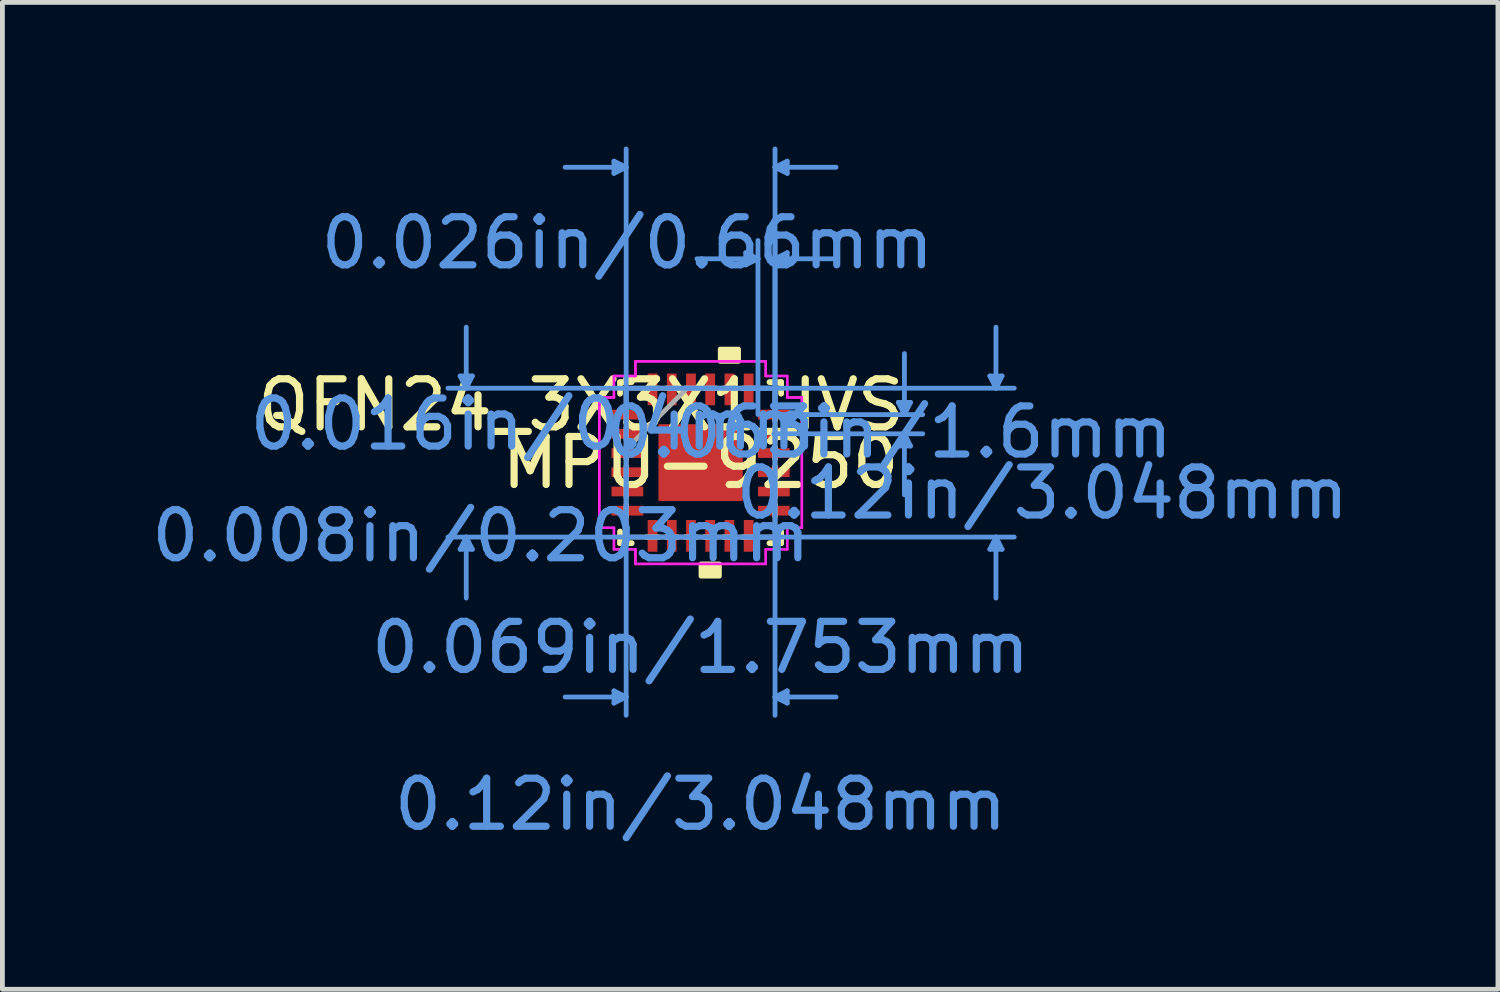
<source format=kicad_pcb>
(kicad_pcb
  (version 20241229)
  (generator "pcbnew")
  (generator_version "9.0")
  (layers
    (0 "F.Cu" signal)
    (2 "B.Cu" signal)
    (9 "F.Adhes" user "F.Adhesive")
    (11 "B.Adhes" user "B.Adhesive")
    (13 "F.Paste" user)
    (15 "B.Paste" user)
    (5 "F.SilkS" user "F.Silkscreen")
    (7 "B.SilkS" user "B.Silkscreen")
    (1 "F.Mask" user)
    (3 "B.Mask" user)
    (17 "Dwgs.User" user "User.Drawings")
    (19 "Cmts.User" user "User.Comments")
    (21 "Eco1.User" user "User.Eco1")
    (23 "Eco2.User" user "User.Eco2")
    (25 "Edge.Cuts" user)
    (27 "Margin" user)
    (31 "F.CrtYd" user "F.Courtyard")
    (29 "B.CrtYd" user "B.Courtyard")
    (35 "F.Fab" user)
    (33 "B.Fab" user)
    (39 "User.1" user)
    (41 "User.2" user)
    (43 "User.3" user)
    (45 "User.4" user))
  (footprint "MPU-9250"
    (layer "F.Cu")
    (at 11.53 6.578)
    (property "Reference" "MPU-9250" (at 0 0 0) (layer "F.SilkS") (effects (font (size 1 1) (thickness 0.15))))
    (attr through_hole)
    (fp_line (start -1.676 -1.676) (end -1.676 -1.434) (stroke (width 0.12) (type solid)) (layer "F.SilkS"))
    (fp_line (start -1.676 1.434) (end -1.676 1.676) (stroke (width 0.12) (type solid)) (layer "F.SilkS"))
    (fp_line (start -1.676 1.676) (end -1.434 1.676) (stroke (width 0.12) (type solid)) (layer "F.SilkS"))
    (fp_line (start -1.434 -1.676) (end -1.676 -1.676) (stroke (width 0.12) (type solid)) (layer "F.SilkS"))
    (fp_line (start 1.434 1.676) (end 1.676 1.676) (stroke (width 0.12) (type solid)) (layer "F.SilkS"))
    (fp_line (start 1.676 -1.676) (end 1.434 -1.676) (stroke (width 0.12) (type solid)) (layer "F.SilkS"))
    (fp_line (start 1.676 -1.434) (end 1.676 -1.676) (stroke (width 0.12) (type solid)) (layer "F.SilkS"))
    (fp_line (start 1.676 1.676) (end 1.676 1.434) (stroke (width 0.12) (type solid)) (layer "F.SilkS"))
    (fp_poly (pts (xy 0.009 2.108) (xy 0.009 2.362) (xy 0.391 2.362) (xy 0.391 2.108)) (stroke (width 0.1) (type solid)) (fill yes) (layer "F.SilkS"))
    (fp_poly (pts (xy 0.409 -2.108) (xy 0.409 -2.362) (xy 0.79 -2.362) (xy 0.79 -2.108)) (stroke (width 0.1) (type solid)) (fill yes) (layer "F.SilkS"))
    (fp_line (start -5.004 -1.803) (end -4.75 -1.803) (stroke (width 0.1) (type solid)) (layer "Cmts.User"))
    (fp_line (start -5.004 1.803) (end -4.75 1.803) (stroke (width 0.1) (type solid)) (layer "Cmts.User"))
    (fp_line (start -4.877 -1.549) (end -5.004 -1.803) (stroke (width 0.1) (type solid)) (layer "Cmts.User"))
    (fp_line (start -4.877 -1.549) (end -4.877 -2.819) (stroke (width 0.1) (type solid)) (layer "Cmts.User"))
    (fp_line (start -4.877 -1.549) (end -4.75 -1.803) (stroke (width 0.1) (type solid)) (layer "Cmts.User"))
    (fp_line (start -4.877 1.549) (end -5.004 1.803) (stroke (width 0.1) (type solid)) (layer "Cmts.User"))
    (fp_line (start -4.877 1.549) (end -4.877 2.819) (stroke (width 0.1) (type solid)) (layer "Cmts.User"))
    (fp_line (start -4.877 1.549) (end -4.75 1.803) (stroke (width 0.1) (type solid)) (layer "Cmts.User"))
    (fp_line (start -1.803 -6.274) (end -1.803 -6.02) (stroke (width 0.1) (type solid)) (layer "Cmts.User"))
    (fp_line (start -1.803 4.75) (end -1.803 5.004) (stroke (width 0.1) (type solid)) (layer "Cmts.User"))
    (fp_line (start -1.549 -6.147) (end -2.819 -6.147) (stroke (width 0.1) (type solid)) (layer "Cmts.User"))
    (fp_line (start -1.549 -6.147) (end -1.803 -6.274) (stroke (width 0.1) (type solid)) (layer "Cmts.User"))
    (fp_line (start -1.549 -6.147) (end -1.803 -6.02) (stroke (width 0.1) (type solid)) (layer "Cmts.User"))
    (fp_line (start -1.549 -1.549) (end -1.549 5.258) (stroke (width 0.1) (type solid)) (layer "Cmts.User"))
    (fp_line (start -1.549 -1) (end -1.549 -6.528) (stroke (width 0.1) (type solid)) (layer "Cmts.User"))
    (fp_line (start -1.549 4.877) (end -2.819 4.877) (stroke (width 0.1) (type solid)) (layer "Cmts.User"))
    (fp_line (start -1.549 4.877) (end -1.803 4.75) (stroke (width 0.1) (type solid)) (layer "Cmts.User"))
    (fp_line (start -1.549 4.877) (end -1.803 5.004) (stroke (width 0.1) (type solid)) (layer "Cmts.User"))
    (fp_line (start 0.94 -4.369) (end 0.94 -4.115) (stroke (width 0.1) (type solid)) (layer "Cmts.User"))
    (fp_line (start 1 -1.549) (end 6.528 -1.549) (stroke (width 0.1) (type solid)) (layer "Cmts.User"))
    (fp_line (start 1 1.549) (end 6.528 1.549) (stroke (width 0.1) (type solid)) (layer "Cmts.User"))
    (fp_line (start 1.194 -4.242) (end -0.076 -4.242) (stroke (width 0.1) (type solid)) (layer "Cmts.User"))
    (fp_line (start 1.194 -4.242) (end 0.94 -4.369) (stroke (width 0.1) (type solid)) (layer "Cmts.User"))
    (fp_line (start 1.194 -4.242) (end 0.94 -4.115) (stroke (width 0.1) (type solid)) (layer "Cmts.User"))
    (fp_line (start 1.194 -1) (end 1.194 -4.623) (stroke (width 0.1) (type solid)) (layer "Cmts.User"))
    (fp_line (start 1.524 -1) (end 4.623 -1) (stroke (width 0.1) (type solid)) (layer "Cmts.User"))
    (fp_line (start 1.524 -0.6) (end 4.623 -0.6) (stroke (width 0.1) (type solid)) (layer "Cmts.User"))
    (fp_line (start 1.549 -6.147) (end 1.803 -6.274) (stroke (width 0.1) (type solid)) (layer "Cmts.User"))
    (fp_line (start 1.549 -6.147) (end 1.803 -6.02) (stroke (width 0.1) (type solid)) (layer "Cmts.User"))
    (fp_line (start 1.549 -6.147) (end 2.819 -6.147) (stroke (width 0.1) (type solid)) (layer "Cmts.User"))
    (fp_line (start 1.549 -4.242) (end 1.803 -4.369) (stroke (width 0.1) (type solid)) (layer "Cmts.User"))
    (fp_line (start 1.549 -4.242) (end 1.803 -4.115) (stroke (width 0.1) (type solid)) (layer "Cmts.User"))
    (fp_line (start 1.549 -4.242) (end 2.819 -4.242) (stroke (width 0.1) (type solid)) (layer "Cmts.User"))
    (fp_line (start 1.549 -1.549) (end -5.258 -1.549) (stroke (width 0.1) (type solid)) (layer "Cmts.User"))
    (fp_line (start 1.549 -1.549) (end 1.549 5.258) (stroke (width 0.1) (type solid)) (layer "Cmts.User"))
    (fp_line (start 1.549 -1) (end 1.549 -6.528) (stroke (width 0.1) (type solid)) (layer "Cmts.User"))
    (fp_line (start 1.549 -1) (end 1.549 -4.623) (stroke (width 0.1) (type solid)) (layer "Cmts.User"))
    (fp_line (start 1.549 1.549) (end -5.258 1.549) (stroke (width 0.1) (type solid)) (layer "Cmts.User"))
    (fp_line (start 1.549 4.877) (end 1.803 4.75) (stroke (width 0.1) (type solid)) (layer "Cmts.User"))
    (fp_line (start 1.549 4.877) (end 1.803 5.004) (stroke (width 0.1) (type solid)) (layer "Cmts.User"))
    (fp_line (start 1.549 4.877) (end 2.819 4.877) (stroke (width 0.1) (type solid)) (layer "Cmts.User"))
    (fp_line (start 1.803 -6.274) (end 1.803 -6.02) (stroke (width 0.1) (type solid)) (layer "Cmts.User"))
    (fp_line (start 1.803 -4.369) (end 1.803 -4.115) (stroke (width 0.1) (type solid)) (layer "Cmts.User"))
    (fp_line (start 1.803 4.75) (end 1.803 5.004) (stroke (width 0.1) (type solid)) (layer "Cmts.User"))
    (fp_line (start 4.115 -1.254) (end 4.369 -1.254) (stroke (width 0.1) (type solid)) (layer "Cmts.User"))
    (fp_line (start 4.115 -0.346) (end 4.369 -0.346) (stroke (width 0.1) (type solid)) (layer "Cmts.User"))
    (fp_line (start 4.242 -1) (end 4.115 -1.254) (stroke (width 0.1) (type solid)) (layer "Cmts.User"))
    (fp_line (start 4.242 -1) (end 4.242 -2.27) (stroke (width 0.1) (type solid)) (layer "Cmts.User"))
    (fp_line (start 4.242 -1) (end 4.369 -1.254) (stroke (width 0.1) (type solid)) (layer "Cmts.User"))
    (fp_line (start 4.242 -0.6) (end 4.115 -0.346) (stroke (width 0.1) (type solid)) (layer "Cmts.User"))
    (fp_line (start 4.242 -0.6) (end 4.242 0.67) (stroke (width 0.1) (type solid)) (layer "Cmts.User"))
    (fp_line (start 4.242 -0.6) (end 4.369 -0.346) (stroke (width 0.1) (type solid)) (layer "Cmts.User"))
    (fp_line (start 6.02 -1.803) (end 6.274 -1.803) (stroke (width 0.1) (type solid)) (layer "Cmts.User"))
    (fp_line (start 6.02 1.803) (end 6.274 1.803) (stroke (width 0.1) (type solid)) (layer "Cmts.User"))
    (fp_line (start 6.147 -1.549) (end 6.02 -1.803) (stroke (width 0.1) (type solid)) (layer "Cmts.User"))
    (fp_line (start 6.147 -1.549) (end 6.147 -2.819) (stroke (width 0.1) (type solid)) (layer "Cmts.User"))
    (fp_line (start 6.147 -1.549) (end 6.274 -1.803) (stroke (width 0.1) (type solid)) (layer "Cmts.User"))
    (fp_line (start 6.147 1.549) (end 6.02 1.803) (stroke (width 0.1) (type solid)) (layer "Cmts.User"))
    (fp_line (start 6.147 1.549) (end 6.147 2.819) (stroke (width 0.1) (type solid)) (layer "Cmts.User"))
    (fp_line (start 6.147 1.549) (end 6.274 1.803) (stroke (width 0.1) (type solid)) (layer "Cmts.User"))
    (fp_line (start -2.108 -1.356) (end -1.803 -1.356) (stroke (width 0.05) (type solid)) (layer "F.CrtYd"))
    (fp_line (start -2.108 -1.356) (end -1.803 -1.356) (stroke (width 0.05) (type solid)) (layer "F.CrtYd"))
    (fp_line (start -2.108 1.356) (end -2.108 -1.356) (stroke (width 0.05) (type solid)) (layer "F.CrtYd"))
    (fp_line (start -2.108 1.356) (end -2.108 -1.356) (stroke (width 0.05) (type solid)) (layer "F.CrtYd"))
    (fp_line (start -1.803 -1.803) (end -1.356 -1.803) (stroke (width 0.05) (type solid)) (layer "F.CrtYd"))
    (fp_line (start -1.803 -1.803) (end -1.356 -1.803) (stroke (width 0.05) (type solid)) (layer "F.CrtYd"))
    (fp_line (start -1.803 -1.356) (end -1.803 -1.803) (stroke (width 0.05) (type solid)) (layer "F.CrtYd"))
    (fp_line (start -1.803 -1.356) (end -1.803 -1.803) (stroke (width 0.05) (type solid)) (layer "F.CrtYd"))
    (fp_line (start -1.803 1.356) (end -2.108 1.356) (stroke (width 0.05) (type solid)) (layer "F.CrtYd"))
    (fp_line (start -1.803 1.356) (end -2.108 1.356) (stroke (width 0.05) (type solid)) (layer "F.CrtYd"))
    (fp_line (start -1.803 1.803) (end -1.803 1.356) (stroke (width 0.05) (type solid)) (layer "F.CrtYd"))
    (fp_line (start -1.803 1.803) (end -1.803 1.356) (stroke (width 0.05) (type solid)) (layer "F.CrtYd"))
    (fp_line (start -1.356 -2.108) (end 1.356 -2.108) (stroke (width 0.05) (type solid)) (layer "F.CrtYd"))
    (fp_line (start -1.356 -2.108) (end 1.356 -2.108) (stroke (width 0.05) (type solid)) (layer "F.CrtYd"))
    (fp_line (start -1.356 -1.803) (end -1.356 -2.108) (stroke (width 0.05) (type solid)) (layer "F.CrtYd"))
    (fp_line (start -1.356 -1.803) (end -1.356 -2.108) (stroke (width 0.05) (type solid)) (layer "F.CrtYd"))
    (fp_line (start -1.356 1.803) (end -1.803 1.803) (stroke (width 0.05) (type solid)) (layer "F.CrtYd"))
    (fp_line (start -1.356 1.803) (end -1.803 1.803) (stroke (width 0.05) (type solid)) (layer "F.CrtYd"))
    (fp_line (start -1.356 2.108) (end -1.356 1.803) (stroke (width 0.05) (type solid)) (layer "F.CrtYd"))
    (fp_line (start -1.356 2.108) (end -1.356 1.803) (stroke (width 0.05) (type solid)) (layer "F.CrtYd"))
    (fp_line (start 1.356 -2.108) (end 1.356 -1.803) (stroke (width 0.05) (type solid)) (layer "F.CrtYd"))
    (fp_line (start 1.356 -2.108) (end 1.356 -1.803) (stroke (width 0.05) (type solid)) (layer "F.CrtYd"))
    (fp_line (start 1.356 -1.803) (end 1.803 -1.803) (stroke (width 0.05) (type solid)) (layer "F.CrtYd"))
    (fp_line (start 1.356 -1.803) (end 1.803 -1.803) (stroke (width 0.05) (type solid)) (layer "F.CrtYd"))
    (fp_line (start 1.356 1.803) (end 1.356 2.108) (stroke (width 0.05) (type solid)) (layer "F.CrtYd"))
    (fp_line (start 1.356 1.803) (end 1.356 2.108) (stroke (width 0.05) (type solid)) (layer "F.CrtYd"))
    (fp_line (start 1.356 2.108) (end -1.356 2.108) (stroke (width 0.05) (type solid)) (layer "F.CrtYd"))
    (fp_line (start 1.356 2.108) (end -1.356 2.108) (stroke (width 0.05) (type solid)) (layer "F.CrtYd"))
    (fp_line (start 1.803 -1.803) (end 1.803 -1.356) (stroke (width 0.05) (type solid)) (layer "F.CrtYd"))
    (fp_line (start 1.803 -1.803) (end 1.803 -1.356) (stroke (width 0.05) (type solid)) (layer "F.CrtYd"))
    (fp_line (start 1.803 -1.356) (end 2.108 -1.356) (stroke (width 0.05) (type solid)) (layer "F.CrtYd"))
    (fp_line (start 1.803 -1.356) (end 2.108 -1.356) (stroke (width 0.05) (type solid)) (layer "F.CrtYd"))
    (fp_line (start 1.803 1.356) (end 1.803 1.803) (stroke (width 0.05) (type solid)) (layer "F.CrtYd"))
    (fp_line (start 1.803 1.356) (end 1.803 1.803) (stroke (width 0.05) (type solid)) (layer "F.CrtYd"))
    (fp_line (start 1.803 1.803) (end 1.356 1.803) (stroke (width 0.05) (type solid)) (layer "F.CrtYd"))
    (fp_line (start 1.803 1.803) (end 1.356 1.803) (stroke (width 0.05) (type solid)) (layer "F.CrtYd"))
    (fp_line (start 2.108 -1.356) (end 2.108 1.356) (stroke (width 0.05) (type solid)) (layer "F.CrtYd"))
    (fp_line (start 2.108 -1.356) (end 2.108 1.356) (stroke (width 0.05) (type solid)) (layer "F.CrtYd"))
    (fp_line (start 2.108 1.356) (end 1.803 1.356) (stroke (width 0.05) (type solid)) (layer "F.CrtYd"))
    (fp_line (start 2.108 1.356) (end 1.803 1.356) (stroke (width 0.05) (type solid)) (layer "F.CrtYd"))
    (fp_line (start -1.549 -1.549) (end -1.549 -1.549) (stroke (width 0.1) (type solid)) (layer "F.Fab"))
    (fp_line (start -1.549 -1.549) (end -1.549 1.549) (stroke (width 0.1) (type solid)) (layer "F.Fab"))
    (fp_line (start -1.549 -1.127) (end -1.549 -1.127) (stroke (width 0.1) (type solid)) (layer "F.Fab"))
    (fp_line (start -1.549 -1.127) (end -1.549 -0.873) (stroke (width 0.1) (type solid)) (layer "F.Fab"))
    (fp_line (start -1.549 -0.873) (end -1.549 -1.127) (stroke (width 0.1) (type solid)) (layer "F.Fab"))
    (fp_line (start -1.549 -0.873) (end -1.549 -0.873) (stroke (width 0.1) (type solid)) (layer "F.Fab"))
    (fp_line (start -1.549 -0.727) (end -1.549 -0.727) (stroke (width 0.1) (type solid)) (layer "F.Fab"))
    (fp_line (start -1.549 -0.727) (end -1.549 -0.473) (stroke (width 0.1) (type solid)) (layer "F.Fab"))
    (fp_line (start -1.549 -0.473) (end -1.549 -0.727) (stroke (width 0.1) (type solid)) (layer "F.Fab"))
    (fp_line (start -1.549 -0.473) (end -1.549 -0.473) (stroke (width 0.1) (type solid)) (layer "F.Fab"))
    (fp_line (start -1.549 -0.327) (end -1.549 -0.327) (stroke (width 0.1) (type solid)) (layer "F.Fab"))
    (fp_line (start -1.549 -0.327) (end -1.549 -0.073) (stroke (width 0.1) (type solid)) (layer "F.Fab"))
    (fp_line (start -1.549 -0.279) (end -0.279 -1.549) (stroke (width 0.1) (type solid)) (layer "F.Fab"))
    (fp_line (start -1.549 -0.073) (end -1.549 -0.327) (stroke (width 0.1) (type solid)) (layer "F.Fab"))
    (fp_line (start -1.549 -0.073) (end -1.549 -0.073) (stroke (width 0.1) (type solid)) (layer "F.Fab"))
    (fp_line (start -1.549 0.073) (end -1.549 0.073) (stroke (width 0.1) (type solid)) (layer "F.Fab"))
    (fp_line (start -1.549 0.073) (end -1.549 0.327) (stroke (width 0.1) (type solid)) (layer "F.Fab"))
    (fp_line (start -1.549 0.327) (end -1.549 0.073) (stroke (width 0.1) (type solid)) (layer "F.Fab"))
    (fp_line (start -1.549 0.327) (end -1.549 0.327) (stroke (width 0.1) (type solid)) (layer "F.Fab"))
    (fp_line (start -1.549 0.473) (end -1.549 0.473) (stroke (width 0.1) (type solid)) (layer "F.Fab"))
    (fp_line (start -1.549 0.473) (end -1.549 0.727) (stroke (width 0.1) (type solid)) (layer "F.Fab"))
    (fp_line (start -1.549 0.727) (end -1.549 0.473) (stroke (width 0.1) (type solid)) (layer "F.Fab"))
    (fp_line (start -1.549 0.727) (end -1.549 0.727) (stroke (width 0.1) (type solid)) (layer "F.Fab"))
    (fp_line (start -1.549 0.873) (end -1.549 0.873) (stroke (width 0.1) (type solid)) (layer "F.Fab"))
    (fp_line (start -1.549 0.873) (end -1.549 1.127) (stroke (width 0.1) (type solid)) (layer "F.Fab"))
    (fp_line (start -1.549 1.127) (end -1.549 0.873) (stroke (width 0.1) (type solid)) (layer "F.Fab"))
    (fp_line (start -1.549 1.127) (end -1.549 1.127) (stroke (width 0.1) (type solid)) (layer "F.Fab"))
    (fp_line (start -1.549 1.549) (end -1.549 1.549) (stroke (width 0.1) (type solid)) (layer "F.Fab"))
    (fp_line (start -1.549 1.549) (end 1.549 1.549) (stroke (width 0.1) (type solid)) (layer "F.Fab"))
    (fp_line (start -1.127 -1.549) (end -1.127 -1.549) (stroke (width 0.1) (type solid)) (layer "F.Fab"))
    (fp_line (start -1.127 -1.549) (end -0.873 -1.549) (stroke (width 0.1) (type solid)) (layer "F.Fab"))
    (fp_line (start -1.127 1.549) (end -1.127 1.549) (stroke (width 0.1) (type solid)) (layer "F.Fab"))
    (fp_line (start -1.127 1.549) (end -0.873 1.549) (stroke (width 0.1) (type solid)) (layer "F.Fab"))
    (fp_line (start -0.873 -1.549) (end -1.127 -1.549) (stroke (width 0.1) (type solid)) (layer "F.Fab"))
    (fp_line (start -0.873 -1.549) (end -0.873 -1.549) (stroke (width 0.1) (type solid)) (layer "F.Fab"))
    (fp_line (start -0.873 1.549) (end -1.127 1.549) (stroke (width 0.1) (type solid)) (layer "F.Fab"))
    (fp_line (start -0.873 1.549) (end -0.873 1.549) (stroke (width 0.1) (type solid)) (layer "F.Fab"))
    (fp_line (start -0.727 -1.549) (end -0.727 -1.549) (stroke (width 0.1) (type solid)) (layer "F.Fab"))
    (fp_line (start -0.727 -1.549) (end -0.473 -1.549) (stroke (width 0.1) (type solid)) (layer "F.Fab"))
    (fp_line (start -0.727 1.549) (end -0.727 1.549) (stroke (width 0.1) (type solid)) (layer "F.Fab"))
    (fp_line (start -0.727 1.549) (end -0.473 1.549) (stroke (width 0.1) (type solid)) (layer "F.Fab"))
    (fp_line (start -0.473 -1.549) (end -0.727 -1.549) (stroke (width 0.1) (type solid)) (layer "F.Fab"))
    (fp_line (start -0.473 -1.549) (end -0.473 -1.549) (stroke (width 0.1) (type solid)) (layer "F.Fab"))
    (fp_line (start -0.473 1.549) (end -0.727 1.549) (stroke (width 0.1) (type solid)) (layer "F.Fab"))
    (fp_line (start -0.473 1.549) (end -0.473 1.549) (stroke (width 0.1) (type solid)) (layer "F.Fab"))
    (fp_line (start -0.327 -1.549) (end -0.327 -1.549) (stroke (width 0.1) (type solid)) (layer "F.Fab"))
    (fp_line (start -0.327 -1.549) (end -0.073 -1.549) (stroke (width 0.1) (type solid)) (layer "F.Fab"))
    (fp_line (start -0.327 1.549) (end -0.327 1.549) (stroke (width 0.1) (type solid)) (layer "F.Fab"))
    (fp_line (start -0.327 1.549) (end -0.073 1.549) (stroke (width 0.1) (type solid)) (layer "F.Fab"))
    (fp_line (start -0.073 -1.549) (end -0.327 -1.549) (stroke (width 0.1) (type solid)) (layer "F.Fab"))
    (fp_line (start -0.073 -1.549) (end -0.073 -1.549) (stroke (width 0.1) (type solid)) (layer "F.Fab"))
    (fp_line (start -0.073 1.549) (end -0.327 1.549) (stroke (width 0.1) (type solid)) (layer "F.Fab"))
    (fp_line (start -0.073 1.549) (end -0.073 1.549) (stroke (width 0.1) (type solid)) (layer "F.Fab"))
    (fp_line (start 0.073 -1.549) (end 0.073 -1.549) (stroke (width 0.1) (type solid)) (layer "F.Fab"))
    (fp_line (start 0.073 -1.549) (end 0.327 -1.549) (stroke (width 0.1) (type solid)) (layer "F.Fab"))
    (fp_line (start 0.073 1.549) (end 0.073 1.549) (stroke (width 0.1) (type solid)) (layer "F.Fab"))
    (fp_line (start 0.073 1.549) (end 0.327 1.549) (stroke (width 0.1) (type solid)) (layer "F.Fab"))
    (fp_line (start 0.327 -1.549) (end 0.073 -1.549) (stroke (width 0.1) (type solid)) (layer "F.Fab"))
    (fp_line (start 0.327 -1.549) (end 0.327 -1.549) (stroke (width 0.1) (type solid)) (layer "F.Fab"))
    (fp_line (start 0.327 1.549) (end 0.073 1.549) (stroke (width 0.1) (type solid)) (layer "F.Fab"))
    (fp_line (start 0.327 1.549) (end 0.327 1.549) (stroke (width 0.1) (type solid)) (layer "F.Fab"))
    (fp_line (start 0.473 -1.549) (end 0.473 -1.549) (stroke (width 0.1) (type solid)) (layer "F.Fab"))
    (fp_line (start 0.473 -1.549) (end 0.727 -1.549) (stroke (width 0.1) (type solid)) (layer "F.Fab"))
    (fp_line (start 0.473 1.549) (end 0.473 1.549) (stroke (width 0.1) (type solid)) (layer "F.Fab"))
    (fp_line (start 0.473 1.549) (end 0.727 1.549) (stroke (width 0.1) (type solid)) (layer "F.Fab"))
    (fp_line (start 0.727 -1.549) (end 0.473 -1.549) (stroke (width 0.1) (type solid)) (layer "F.Fab"))
    (fp_line (start 0.727 -1.549) (end 0.727 -1.549) (stroke (width 0.1) (type solid)) (layer "F.Fab"))
    (fp_line (start 0.727 1.549) (end 0.473 1.549) (stroke (width 0.1) (type solid)) (layer "F.Fab"))
    (fp_line (start 0.727 1.549) (end 0.727 1.549) (stroke (width 0.1) (type solid)) (layer "F.Fab"))
    (fp_line (start 0.873 -1.549) (end 0.873 -1.549) (stroke (width 0.1) (type solid)) (layer "F.Fab"))
    (fp_line (start 0.873 -1.549) (end 1.127 -1.549) (stroke (width 0.1) (type solid)) (layer "F.Fab"))
    (fp_line (start 0.873 1.549) (end 0.873 1.549) (stroke (width 0.1) (type solid)) (layer "F.Fab"))
    (fp_line (start 0.873 1.549) (end 1.127 1.549) (stroke (width 0.1) (type solid)) (layer "F.Fab"))
    (fp_line (start 1.127 -1.549) (end 0.873 -1.549) (stroke (width 0.1) (type solid)) (layer "F.Fab"))
    (fp_line (start 1.127 -1.549) (end 1.127 -1.549) (stroke (width 0.1) (type solid)) (layer "F.Fab"))
    (fp_line (start 1.127 1.549) (end 0.873 1.549) (stroke (width 0.1) (type solid)) (layer "F.Fab"))
    (fp_line (start 1.127 1.549) (end 1.127 1.549) (stroke (width 0.1) (type solid)) (layer "F.Fab"))
    (fp_line (start 1.549 -1.549) (end -1.549 -1.549) (stroke (width 0.1) (type solid)) (layer "F.Fab"))
    (fp_line (start 1.549 -1.549) (end 1.549 -1.549) (stroke (width 0.1) (type solid)) (layer "F.Fab"))
    (fp_line (start 1.549 -1.127) (end 1.549 -1.127) (stroke (width 0.1) (type solid)) (layer "F.Fab"))
    (fp_line (start 1.549 -1.127) (end 1.549 -0.873) (stroke (width 0.1) (type solid)) (layer "F.Fab"))
    (fp_line (start 1.549 -0.873) (end 1.549 -1.127) (stroke (width 0.1) (type solid)) (layer "F.Fab"))
    (fp_line (start 1.549 -0.873) (end 1.549 -0.873) (stroke (width 0.1) (type solid)) (layer "F.Fab"))
    (fp_line (start 1.549 -0.727) (end 1.549 -0.727) (stroke (width 0.1) (type solid)) (layer "F.Fab"))
    (fp_line (start 1.549 -0.727) (end 1.549 -0.473) (stroke (width 0.1) (type solid)) (layer "F.Fab"))
    (fp_line (start 1.549 -0.473) (end 1.549 -0.727) (stroke (width 0.1) (type solid)) (layer "F.Fab"))
    (fp_line (start 1.549 -0.473) (end 1.549 -0.473) (stroke (width 0.1) (type solid)) (layer "F.Fab"))
    (fp_line (start 1.549 -0.327) (end 1.549 -0.327) (stroke (width 0.1) (type solid)) (layer "F.Fab"))
    (fp_line (start 1.549 -0.327) (end 1.549 -0.073) (stroke (width 0.1) (type solid)) (layer "F.Fab"))
    (fp_line (start 1.549 -0.073) (end 1.549 -0.327) (stroke (width 0.1) (type solid)) (layer "F.Fab"))
    (fp_line (start 1.549 -0.073) (end 1.549 -0.073) (stroke (width 0.1) (type solid)) (layer "F.Fab"))
    (fp_line (start 1.549 0.073) (end 1.549 0.073) (stroke (width 0.1) (type solid)) (layer "F.Fab"))
    (fp_line (start 1.549 0.073) (end 1.549 0.327) (stroke (width 0.1) (type solid)) (layer "F.Fab"))
    (fp_line (start 1.549 0.327) (end 1.549 0.073) (stroke (width 0.1) (type solid)) (layer "F.Fab"))
    (fp_line (start 1.549 0.327) (end 1.549 0.327) (stroke (width 0.1) (type solid)) (layer "F.Fab"))
    (fp_line (start 1.549 0.473) (end 1.549 0.473) (stroke (width 0.1) (type solid)) (layer "F.Fab"))
    (fp_line (start 1.549 0.473) (end 1.549 0.727) (stroke (width 0.1) (type solid)) (layer "F.Fab"))
    (fp_line (start 1.549 0.727) (end 1.549 0.473) (stroke (width 0.1) (type solid)) (layer "F.Fab"))
    (fp_line (start 1.549 0.727) (end 1.549 0.727) (stroke (width 0.1) (type solid)) (layer "F.Fab"))
    (fp_line (start 1.549 0.873) (end 1.549 0.873) (stroke (width 0.1) (type solid)) (layer "F.Fab"))
    (fp_line (start 1.549 0.873) (end 1.549 1.127) (stroke (width 0.1) (type solid)) (layer "F.Fab"))
    (fp_line (start 1.549 1.127) (end 1.549 0.873) (stroke (width 0.1) (type solid)) (layer "F.Fab"))
    (fp_line (start 1.549 1.127) (end 1.549 1.127) (stroke (width 0.1) (type solid)) (layer "F.Fab"))
    (fp_line (start 1.549 1.549) (end 1.549 -1.549) (stroke (width 0.1) (type solid)) (layer "F.Fab"))
    (fp_line (start 1.549 1.549) (end 1.549 1.549) (stroke (width 0.1) (type solid)) (layer "F.Fab"))
    (fp_text user "QFN24_3X3X1_IVS" (at -2.489 -1.2 0) (layer "F.SilkS") (effects (font (size 1 1) (thickness 0.15))))
    (fp_text user "0.026in/0.66mm" (at -1.524 -4.572 0) (layer "Cmts.User") (effects (font (size 1 1) (thickness 0.15))))
    (fp_text user "0.12in/3.048mm" (at 7.112 0.635 0) (layer "Cmts.User") (effects (font (size 1 1) (thickness 0.15))))
    (fp_text user "0.12in/3.048mm" (at 0 7.112 0) (layer "Cmts.User") (effects (font (size 1 1) (thickness 0.15))))
    (fp_text user "0.016in/0.4mm" (at -3.48 -0.8 0) (layer "Cmts.User") (effects (font (size 1 1) (thickness 0.15))))
    (fp_text user "0.008in/0.203mm" (at -4.572 1.524 0) (layer "Cmts.User") (effects (font (size 1 1) (thickness 0.15))))
    (fp_text user "0.069in/1.753mm" (at 0 3.848 0) (layer "Cmts.User") (effects (font (size 1 1) (thickness 0.15))))
    (fp_text user "0.063in/1.6mm" (at 3.924 -0.635 0) (layer "Cmts.User") (effects (font (size 1 1) (thickness 0.15))))
    (pad "1" smd rect (at -1.524 -1 90) (size 0.203 0.66) (layers "F.Cu" "F.Mask" "F.Paste"))
    (pad "2" smd rect (at -1.524 -0.6 90) (size 0.203 0.66) (layers "F.Cu" "F.Mask" "F.Paste"))
    (pad "3" smd rect (at -1.524 -0.2 90) (size 0.203 0.66) (layers "F.Cu" "F.Mask" "F.Paste"))
    (pad "4" smd rect (at -1.524 0.2 90) (size 0.203 0.66) (layers "F.Cu" "F.Mask" "F.Paste"))
    (pad "5" smd rect (at -1.524 0.6 90) (size 0.203 0.66) (layers "F.Cu" "F.Mask" "F.Paste"))
    (pad "6" smd rect (at -1.524 1 90) (size 0.203 0.66) (layers "F.Cu" "F.Mask" "F.Paste"))
    (pad "7" smd rect (at -1 1.524) (size 0.203 0.66) (layers "F.Cu" "F.Mask" "F.Paste"))
    (pad "8" smd rect (at -0.6 1.524) (size 0.203 0.66) (layers "F.Cu" "F.Mask" "F.Paste"))
    (pad "9" smd rect (at -0.2 1.524) (size 0.203 0.66) (layers "F.Cu" "F.Mask" "F.Paste"))
    (pad "10" smd rect (at 0.2 1.524) (size 0.203 0.66) (layers "F.Cu" "F.Mask" "F.Paste"))
    (pad "11" smd rect (at 0.6 1.524) (size 0.203 0.66) (layers "F.Cu" "F.Mask" "F.Paste"))
    (pad "12" smd rect (at 1 1.524) (size 0.203 0.66) (layers "F.Cu" "F.Mask" "F.Paste"))
    (pad "13" smd rect (at 1.524 1 90) (size 0.203 0.66) (layers "F.Cu" "F.Mask" "F.Paste"))
    (pad "14" smd rect (at 1.524 0.6 90) (size 0.203 0.66) (layers "F.Cu" "F.Mask" "F.Paste"))
    (pad "15" smd rect (at 1.524 0.2 90) (size 0.203 0.66) (layers "F.Cu" "F.Mask" "F.Paste"))
    (pad "16" smd rect (at 1.524 -0.2 90) (size 0.203 0.66) (layers "F.Cu" "F.Mask" "F.Paste"))
    (pad "17" smd rect (at 1.524 -0.6 90) (size 0.203 0.66) (layers "F.Cu" "F.Mask" "F.Paste"))
    (pad "18" smd rect (at 1.524 -1 90) (size 0.203 0.66) (layers "F.Cu" "F.Mask" "F.Paste"))
    (pad "19" smd rect (at 1 -1.524) (size 0.203 0.66) (layers "F.Cu" "F.Mask" "F.Paste"))
    (pad "20" smd rect (at 0.6 -1.524) (size 0.203 0.66) (layers "F.Cu" "F.Mask" "F.Paste"))
    (pad "21" smd rect (at 0.2 -1.524) (size 0.203 0.66) (layers "F.Cu" "F.Mask" "F.Paste"))
    (pad "22" smd rect (at -0.2 -1.524) (size 0.203 0.66) (layers "F.Cu" "F.Mask" "F.Paste"))
    (pad "23" smd rect (at -0.6 -1.524) (size 0.203 0.66) (layers "F.Cu" "F.Mask" "F.Paste"))
    (pad "24" smd rect (at -1 -1.524) (size 0.203 0.66) (layers "F.Cu" "F.Mask" "F.Paste"))
    (pad "25" smd rect (at 0 0) (size 1.753 1.6) (layers "F.Cu" "F.Mask" "F.Paste")))
  (gr_rect
    (start -3 -3)
    (end 28.124 17.538)
    (stroke (width 0.1) (type default))
    (fill no)
    (layer "Edge.Cuts")))
</source>
